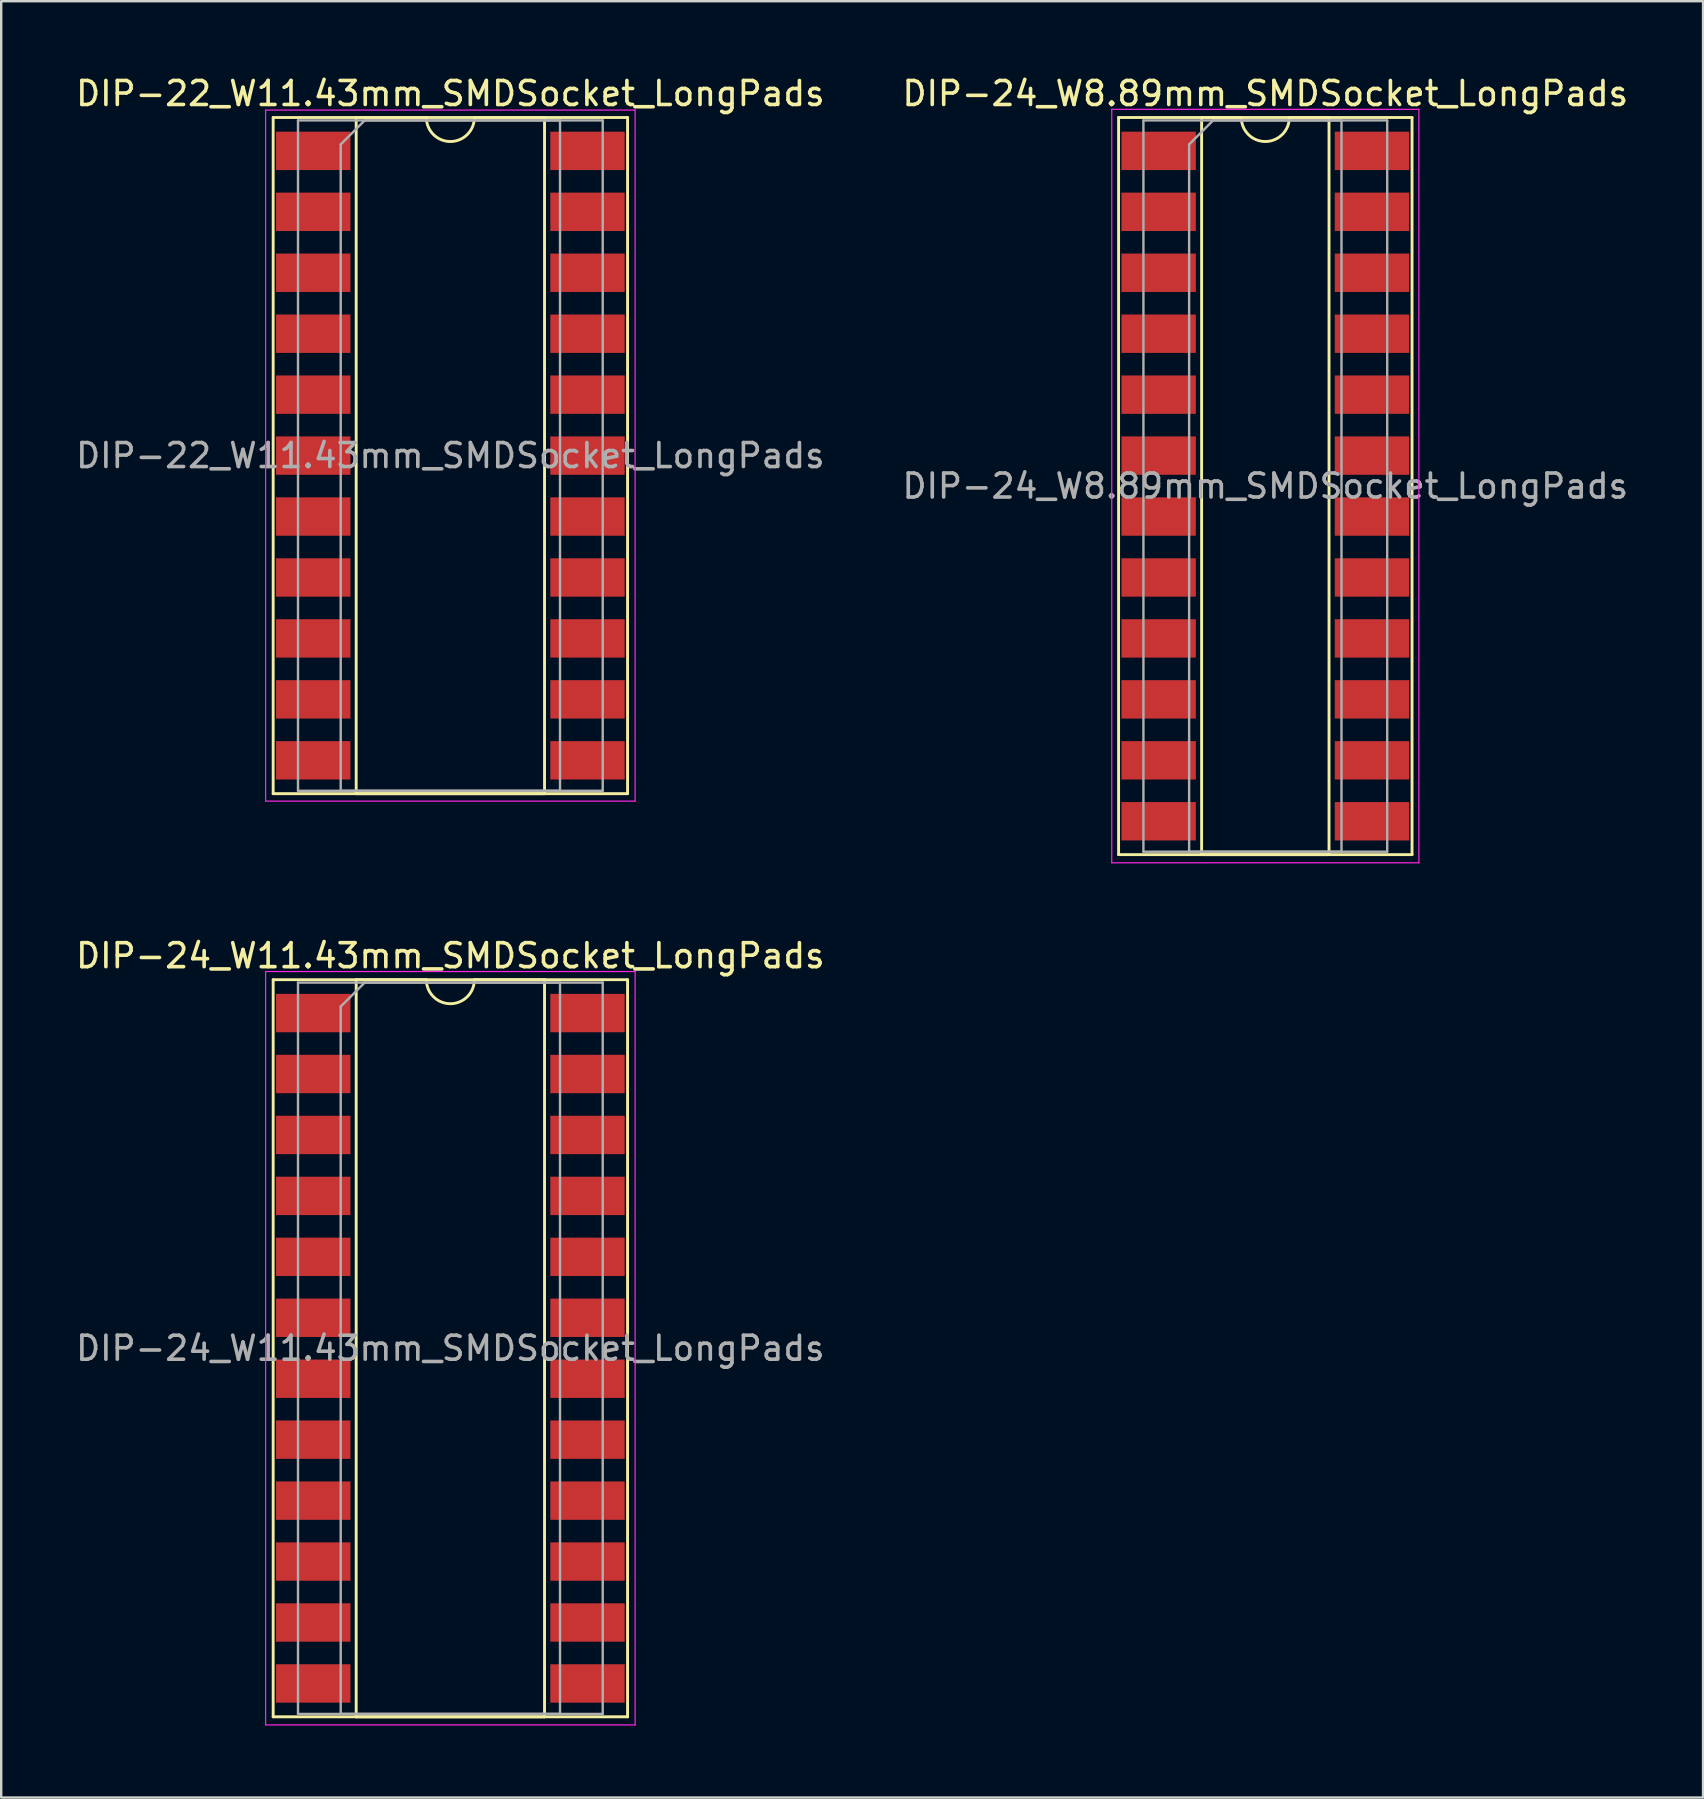
<source format=kicad_pcb>
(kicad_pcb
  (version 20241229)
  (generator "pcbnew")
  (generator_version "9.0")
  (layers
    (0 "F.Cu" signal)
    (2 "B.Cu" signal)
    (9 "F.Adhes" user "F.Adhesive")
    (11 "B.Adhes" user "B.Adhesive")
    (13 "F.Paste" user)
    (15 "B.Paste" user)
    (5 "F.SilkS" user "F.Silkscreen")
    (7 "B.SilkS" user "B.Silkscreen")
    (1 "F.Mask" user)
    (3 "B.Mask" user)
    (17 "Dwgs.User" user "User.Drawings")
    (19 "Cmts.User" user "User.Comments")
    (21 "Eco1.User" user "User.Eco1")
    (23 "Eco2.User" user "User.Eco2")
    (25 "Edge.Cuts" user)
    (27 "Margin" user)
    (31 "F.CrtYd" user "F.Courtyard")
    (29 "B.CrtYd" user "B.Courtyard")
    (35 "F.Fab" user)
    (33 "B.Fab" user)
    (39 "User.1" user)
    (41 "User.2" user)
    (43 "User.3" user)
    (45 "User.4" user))
  (footprint "DIP-24_W8.89mm_SMDSocket_LongPads"
    (layer "F.Cu")
    (at 49.685 17.208)
    (property "Reference" "DIP-24_W8.89mm_SMDSocket_LongPads" (at 0 -16.36 0) (layer "F.SilkS") (effects (font (size 1 1) (thickness 0.15))))
    (attr smd)
    (fp_line (start -6.115 -15.36) (end -6.115 15.36) (stroke (width 0.12) (type solid)) (layer "F.SilkS"))
    (fp_line (start -6.115 15.36) (end 6.115 15.36) (stroke (width 0.12) (type solid)) (layer "F.SilkS"))
    (fp_line (start -2.655 -15.36) (end -2.655 15.36) (stroke (width 0.12) (type solid)) (layer "F.SilkS"))
    (fp_line (start -2.655 15.36) (end 2.655 15.36) (stroke (width 0.12) (type solid)) (layer "F.SilkS"))
    (fp_line (start -1 -15.36) (end -2.655 -15.36) (stroke (width 0.12) (type solid)) (layer "F.SilkS"))
    (fp_line (start 2.655 -15.36) (end 1 -15.36) (stroke (width 0.12) (type solid)) (layer "F.SilkS"))
    (fp_line (start 2.655 15.36) (end 2.655 -15.36) (stroke (width 0.12) (type solid)) (layer "F.SilkS"))
    (fp_line (start 6.115 -15.36) (end -6.115 -15.36) (stroke (width 0.12) (type solid)) (layer "F.SilkS"))
    (fp_line (start 6.115 15.36) (end 6.115 -15.36) (stroke (width 0.12) (type solid)) (layer "F.SilkS"))
    (fp_arc (start 1 -15.36) (mid 0 -14.36) (end -1 -15.36) (stroke (width 0.12) (type solid)) (layer "F.SilkS"))
    (fp_line (start -6.4 -15.7) (end -6.4 15.7) (stroke (width 0.05) (type solid)) (layer "F.CrtYd"))
    (fp_line (start -6.4 15.7) (end 6.4 15.7) (stroke (width 0.05) (type solid)) (layer "F.CrtYd"))
    (fp_line (start 6.4 -15.7) (end -6.4 -15.7) (stroke (width 0.05) (type solid)) (layer "F.CrtYd"))
    (fp_line (start 6.4 15.7) (end 6.4 -15.7) (stroke (width 0.05) (type solid)) (layer "F.CrtYd"))
    (fp_line (start -5.08 -15.24) (end -5.08 15.24) (stroke (width 0.1) (type solid)) (layer "F.Fab"))
    (fp_line (start -5.08 15.24) (end 5.08 15.24) (stroke (width 0.1) (type solid)) (layer "F.Fab"))
    (fp_line (start -3.175 -14.24) (end -2.175 -15.24) (stroke (width 0.1) (type solid)) (layer "F.Fab"))
    (fp_line (start -3.175 15.24) (end -3.175 -14.24) (stroke (width 0.1) (type solid)) (layer "F.Fab"))
    (fp_line (start -2.175 -15.24) (end 3.175 -15.24) (stroke (width 0.1) (type solid)) (layer "F.Fab"))
    (fp_line (start 3.175 -15.24) (end 3.175 15.24) (stroke (width 0.1) (type solid)) (layer "F.Fab"))
    (fp_line (start 3.175 15.24) (end -3.175 15.24) (stroke (width 0.1) (type solid)) (layer "F.Fab"))
    (fp_line (start 5.08 -15.24) (end -5.08 -15.24) (stroke (width 0.1) (type solid)) (layer "F.Fab"))
    (fp_line (start 5.08 15.24) (end 5.08 -15.24) (stroke (width 0.1) (type solid)) (layer "F.Fab"))
    (fp_text user "${REFERENCE}" (at 0 0 0) (layer "F.Fab") (effects (font (size 1 1) (thickness 0.15))))
    (pad "1" smd rect (at -4.445 -13.97) (size 3.1 1.6) (layers "F.Cu" "F.Mask" "F.Paste"))
    (pad "2" smd rect (at -4.445 -11.43) (size 3.1 1.6) (layers "F.Cu" "F.Mask" "F.Paste"))
    (pad "3" smd rect (at -4.445 -8.89) (size 3.1 1.6) (layers "F.Cu" "F.Mask" "F.Paste"))
    (pad "4" smd rect (at -4.445 -6.35) (size 3.1 1.6) (layers "F.Cu" "F.Mask" "F.Paste"))
    (pad "5" smd rect (at -4.445 -3.81) (size 3.1 1.6) (layers "F.Cu" "F.Mask" "F.Paste"))
    (pad "6" smd rect (at -4.445 -1.27) (size 3.1 1.6) (layers "F.Cu" "F.Mask" "F.Paste"))
    (pad "7" smd rect (at -4.445 1.27) (size 3.1 1.6) (layers "F.Cu" "F.Mask" "F.Paste"))
    (pad "8" smd rect (at -4.445 3.81) (size 3.1 1.6) (layers "F.Cu" "F.Mask" "F.Paste"))
    (pad "9" smd rect (at -4.445 6.35) (size 3.1 1.6) (layers "F.Cu" "F.Mask" "F.Paste"))
    (pad "10" smd rect (at -4.445 8.89) (size 3.1 1.6) (layers "F.Cu" "F.Mask" "F.Paste"))
    (pad "11" smd rect (at -4.445 11.43) (size 3.1 1.6) (layers "F.Cu" "F.Mask" "F.Paste"))
    (pad "12" smd rect (at -4.445 13.97) (size 3.1 1.6) (layers "F.Cu" "F.Mask" "F.Paste"))
    (pad "13" smd rect (at 4.445 13.97) (size 3.1 1.6) (layers "F.Cu" "F.Mask" "F.Paste"))
    (pad "14" smd rect (at 4.445 11.43) (size 3.1 1.6) (layers "F.Cu" "F.Mask" "F.Paste"))
    (pad "15" smd rect (at 4.445 8.89) (size 3.1 1.6) (layers "F.Cu" "F.Mask" "F.Paste"))
    (pad "16" smd rect (at 4.445 6.35) (size 3.1 1.6) (layers "F.Cu" "F.Mask" "F.Paste"))
    (pad "17" smd rect (at 4.445 3.81) (size 3.1 1.6) (layers "F.Cu" "F.Mask" "F.Paste"))
    (pad "18" smd rect (at 4.445 1.27) (size 3.1 1.6) (layers "F.Cu" "F.Mask" "F.Paste"))
    (pad "19" smd rect (at 4.445 -1.27) (size 3.1 1.6) (layers "F.Cu" "F.Mask" "F.Paste"))
    (pad "20" smd rect (at 4.445 -3.81) (size 3.1 1.6) (layers "F.Cu" "F.Mask" "F.Paste"))
    (pad "21" smd rect (at 4.445 -6.35) (size 3.1 1.6) (layers "F.Cu" "F.Mask" "F.Paste"))
    (pad "22" smd rect (at 4.445 -8.89) (size 3.1 1.6) (layers "F.Cu" "F.Mask" "F.Paste"))
    (pad "23" smd rect (at 4.445 -11.43) (size 3.1 1.6) (layers "F.Cu" "F.Mask" "F.Paste"))
    (pad "24" smd rect (at 4.445 -13.97) (size 3.1 1.6) (layers "F.Cu" "F.Mask" "F.Paste")))
  (footprint "DIP-24_W11.43mm_SMDSocket_LongPads"
    (layer "F.Cu")
    (at 15.72 53.142)
    (property "Reference" "DIP-24_W11.43mm_SMDSocket_LongPads" (at 0 -16.36 0) (layer "F.SilkS") (effects (font (size 1 1) (thickness 0.15))))
    (attr smd)
    (fp_line (start -7.385 -15.36) (end -7.385 15.36) (stroke (width 0.12) (type solid)) (layer "F.SilkS"))
    (fp_line (start -7.385 15.36) (end 7.385 15.36) (stroke (width 0.12) (type solid)) (layer "F.SilkS"))
    (fp_line (start -3.925 -15.36) (end -3.925 15.36) (stroke (width 0.12) (type solid)) (layer "F.SilkS"))
    (fp_line (start -3.925 15.36) (end 3.925 15.36) (stroke (width 0.12) (type solid)) (layer "F.SilkS"))
    (fp_line (start -1 -15.36) (end -3.925 -15.36) (stroke (width 0.12) (type solid)) (layer "F.SilkS"))
    (fp_line (start 3.925 -15.36) (end 1 -15.36) (stroke (width 0.12) (type solid)) (layer "F.SilkS"))
    (fp_line (start 3.925 15.36) (end 3.925 -15.36) (stroke (width 0.12) (type solid)) (layer "F.SilkS"))
    (fp_line (start 7.385 -15.36) (end -7.385 -15.36) (stroke (width 0.12) (type solid)) (layer "F.SilkS"))
    (fp_line (start 7.385 15.36) (end 7.385 -15.36) (stroke (width 0.12) (type solid)) (layer "F.SilkS"))
    (fp_arc (start 1 -15.36) (mid 0 -14.36) (end -1 -15.36) (stroke (width 0.12) (type solid)) (layer "F.SilkS"))
    (fp_line (start -7.7 -15.7) (end -7.7 15.7) (stroke (width 0.05) (type solid)) (layer "F.CrtYd"))
    (fp_line (start -7.7 15.7) (end 7.7 15.7) (stroke (width 0.05) (type solid)) (layer "F.CrtYd"))
    (fp_line (start 7.7 -15.7) (end -7.7 -15.7) (stroke (width 0.05) (type solid)) (layer "F.CrtYd"))
    (fp_line (start 7.7 15.7) (end 7.7 -15.7) (stroke (width 0.05) (type solid)) (layer "F.CrtYd"))
    (fp_line (start -6.35 -15.24) (end -6.35 15.24) (stroke (width 0.1) (type solid)) (layer "F.Fab"))
    (fp_line (start -6.35 15.24) (end 6.35 15.24) (stroke (width 0.1) (type solid)) (layer "F.Fab"))
    (fp_line (start -4.57 -14.24) (end -3.57 -15.24) (stroke (width 0.1) (type solid)) (layer "F.Fab"))
    (fp_line (start -4.57 15.24) (end -4.57 -14.24) (stroke (width 0.1) (type solid)) (layer "F.Fab"))
    (fp_line (start -3.57 -15.24) (end 4.57 -15.24) (stroke (width 0.1) (type solid)) (layer "F.Fab"))
    (fp_line (start 4.57 -15.24) (end 4.57 15.24) (stroke (width 0.1) (type solid)) (layer "F.Fab"))
    (fp_line (start 4.57 15.24) (end -4.57 15.24) (stroke (width 0.1) (type solid)) (layer "F.Fab"))
    (fp_line (start 6.35 -15.24) (end -6.35 -15.24) (stroke (width 0.1) (type solid)) (layer "F.Fab"))
    (fp_line (start 6.35 15.24) (end 6.35 -15.24) (stroke (width 0.1) (type solid)) (layer "F.Fab"))
    (fp_text user "${REFERENCE}" (at 0 0 0) (layer "F.Fab") (effects (font (size 1 1) (thickness 0.15))))
    (pad "1" smd rect (at -5.715 -13.97) (size 3.1 1.6) (layers "F.Cu" "F.Mask" "F.Paste"))
    (pad "2" smd rect (at -5.715 -11.43) (size 3.1 1.6) (layers "F.Cu" "F.Mask" "F.Paste"))
    (pad "3" smd rect (at -5.715 -8.89) (size 3.1 1.6) (layers "F.Cu" "F.Mask" "F.Paste"))
    (pad "4" smd rect (at -5.715 -6.35) (size 3.1 1.6) (layers "F.Cu" "F.Mask" "F.Paste"))
    (pad "5" smd rect (at -5.715 -3.81) (size 3.1 1.6) (layers "F.Cu" "F.Mask" "F.Paste"))
    (pad "6" smd rect (at -5.715 -1.27) (size 3.1 1.6) (layers "F.Cu" "F.Mask" "F.Paste"))
    (pad "7" smd rect (at -5.715 1.27) (size 3.1 1.6) (layers "F.Cu" "F.Mask" "F.Paste"))
    (pad "8" smd rect (at -5.715 3.81) (size 3.1 1.6) (layers "F.Cu" "F.Mask" "F.Paste"))
    (pad "9" smd rect (at -5.715 6.35) (size 3.1 1.6) (layers "F.Cu" "F.Mask" "F.Paste"))
    (pad "10" smd rect (at -5.715 8.89) (size 3.1 1.6) (layers "F.Cu" "F.Mask" "F.Paste"))
    (pad "11" smd rect (at -5.715 11.43) (size 3.1 1.6) (layers "F.Cu" "F.Mask" "F.Paste"))
    (pad "12" smd rect (at -5.715 13.97) (size 3.1 1.6) (layers "F.Cu" "F.Mask" "F.Paste"))
    (pad "13" smd rect (at 5.715 13.97) (size 3.1 1.6) (layers "F.Cu" "F.Mask" "F.Paste"))
    (pad "14" smd rect (at 5.715 11.43) (size 3.1 1.6) (layers "F.Cu" "F.Mask" "F.Paste"))
    (pad "15" smd rect (at 5.715 8.89) (size 3.1 1.6) (layers "F.Cu" "F.Mask" "F.Paste"))
    (pad "16" smd rect (at 5.715 6.35) (size 3.1 1.6) (layers "F.Cu" "F.Mask" "F.Paste"))
    (pad "17" smd rect (at 5.715 3.81) (size 3.1 1.6) (layers "F.Cu" "F.Mask" "F.Paste"))
    (pad "18" smd rect (at 5.715 1.27) (size 3.1 1.6) (layers "F.Cu" "F.Mask" "F.Paste"))
    (pad "19" smd rect (at 5.715 -1.27) (size 3.1 1.6) (layers "F.Cu" "F.Mask" "F.Paste"))
    (pad "20" smd rect (at 5.715 -3.81) (size 3.1 1.6) (layers "F.Cu" "F.Mask" "F.Paste"))
    (pad "21" smd rect (at 5.715 -6.35) (size 3.1 1.6) (layers "F.Cu" "F.Mask" "F.Paste"))
    (pad "22" smd rect (at 5.715 -8.89) (size 3.1 1.6) (layers "F.Cu" "F.Mask" "F.Paste"))
    (pad "23" smd rect (at 5.715 -11.43) (size 3.1 1.6) (layers "F.Cu" "F.Mask" "F.Paste"))
    (pad "24" smd rect (at 5.715 -13.97) (size 3.1 1.6) (layers "F.Cu" "F.Mask" "F.Paste")))
  (footprint "DIP-22_W11.43mm_SMDSocket_LongPads"
    (layer "F.Cu")
    (at 15.72 15.938)
    (property "Reference" "DIP-22_W11.43mm_SMDSocket_LongPads" (at 0 -15.09 0) (layer "F.SilkS") (effects (font (size 1 1) (thickness 0.15))))
    (attr smd)
    (fp_line (start -7.385 -14.09) (end -7.385 14.09) (stroke (width 0.12) (type solid)) (layer "F.SilkS"))
    (fp_line (start -7.385 14.09) (end 7.385 14.09) (stroke (width 0.12) (type solid)) (layer "F.SilkS"))
    (fp_line (start -3.925 -14.09) (end -3.925 14.09) (stroke (width 0.12) (type solid)) (layer "F.SilkS"))
    (fp_line (start -3.925 14.09) (end 3.925 14.09) (stroke (width 0.12) (type solid)) (layer "F.SilkS"))
    (fp_line (start -1 -14.09) (end -3.925 -14.09) (stroke (width 0.12) (type solid)) (layer "F.SilkS"))
    (fp_line (start 3.925 -14.09) (end 1 -14.09) (stroke (width 0.12) (type solid)) (layer "F.SilkS"))
    (fp_line (start 3.925 14.09) (end 3.925 -14.09) (stroke (width 0.12) (type solid)) (layer "F.SilkS"))
    (fp_line (start 7.385 -14.09) (end -7.385 -14.09) (stroke (width 0.12) (type solid)) (layer "F.SilkS"))
    (fp_line (start 7.385 14.09) (end 7.385 -14.09) (stroke (width 0.12) (type solid)) (layer "F.SilkS"))
    (fp_arc (start 1 -14.09) (mid 0 -13.09) (end -1 -14.09) (stroke (width 0.12) (type solid)) (layer "F.SilkS"))
    (fp_line (start -7.7 -14.4) (end -7.7 14.4) (stroke (width 0.05) (type solid)) (layer "F.CrtYd"))
    (fp_line (start -7.7 14.4) (end 7.7 14.4) (stroke (width 0.05) (type solid)) (layer "F.CrtYd"))
    (fp_line (start 7.7 -14.4) (end -7.7 -14.4) (stroke (width 0.05) (type solid)) (layer "F.CrtYd"))
    (fp_line (start 7.7 14.4) (end 7.7 -14.4) (stroke (width 0.05) (type solid)) (layer "F.CrtYd"))
    (fp_line (start -6.35 -13.97) (end -6.35 13.97) (stroke (width 0.1) (type solid)) (layer "F.Fab"))
    (fp_line (start -6.35 13.97) (end 6.35 13.97) (stroke (width 0.1) (type solid)) (layer "F.Fab"))
    (fp_line (start -4.57 -12.97) (end -3.57 -13.97) (stroke (width 0.1) (type solid)) (layer "F.Fab"))
    (fp_line (start -4.57 13.97) (end -4.57 -12.97) (stroke (width 0.1) (type solid)) (layer "F.Fab"))
    (fp_line (start -3.57 -13.97) (end 4.57 -13.97) (stroke (width 0.1) (type solid)) (layer "F.Fab"))
    (fp_line (start 4.57 -13.97) (end 4.57 13.97) (stroke (width 0.1) (type solid)) (layer "F.Fab"))
    (fp_line (start 4.57 13.97) (end -4.57 13.97) (stroke (width 0.1) (type solid)) (layer "F.Fab"))
    (fp_line (start 6.35 -13.97) (end -6.35 -13.97) (stroke (width 0.1) (type solid)) (layer "F.Fab"))
    (fp_line (start 6.35 13.97) (end 6.35 -13.97) (stroke (width 0.1) (type solid)) (layer "F.Fab"))
    (fp_text user "${REFERENCE}" (at 0 0 0) (layer "F.Fab") (effects (font (size 1 1) (thickness 0.15))))
    (pad "1" smd rect (at -5.715 -12.7) (size 3.1 1.6) (layers "F.Cu" "F.Mask" "F.Paste"))
    (pad "2" smd rect (at -5.715 -10.16) (size 3.1 1.6) (layers "F.Cu" "F.Mask" "F.Paste"))
    (pad "3" smd rect (at -5.715 -7.62) (size 3.1 1.6) (layers "F.Cu" "F.Mask" "F.Paste"))
    (pad "4" smd rect (at -5.715 -5.08) (size 3.1 1.6) (layers "F.Cu" "F.Mask" "F.Paste"))
    (pad "5" smd rect (at -5.715 -2.54) (size 3.1 1.6) (layers "F.Cu" "F.Mask" "F.Paste"))
    (pad "6" smd rect (at -5.715 0) (size 3.1 1.6) (layers "F.Cu" "F.Mask" "F.Paste"))
    (pad "7" smd rect (at -5.715 2.54) (size 3.1 1.6) (layers "F.Cu" "F.Mask" "F.Paste"))
    (pad "8" smd rect (at -5.715 5.08) (size 3.1 1.6) (layers "F.Cu" "F.Mask" "F.Paste"))
    (pad "9" smd rect (at -5.715 7.62) (size 3.1 1.6) (layers "F.Cu" "F.Mask" "F.Paste"))
    (pad "10" smd rect (at -5.715 10.16) (size 3.1 1.6) (layers "F.Cu" "F.Mask" "F.Paste"))
    (pad "11" smd rect (at -5.715 12.7) (size 3.1 1.6) (layers "F.Cu" "F.Mask" "F.Paste"))
    (pad "12" smd rect (at 5.715 12.7) (size 3.1 1.6) (layers "F.Cu" "F.Mask" "F.Paste"))
    (pad "13" smd rect (at 5.715 10.16) (size 3.1 1.6) (layers "F.Cu" "F.Mask" "F.Paste"))
    (pad "14" smd rect (at 5.715 7.62) (size 3.1 1.6) (layers "F.Cu" "F.Mask" "F.Paste"))
    (pad "15" smd rect (at 5.715 5.08) (size 3.1 1.6) (layers "F.Cu" "F.Mask" "F.Paste"))
    (pad "16" smd rect (at 5.715 2.54) (size 3.1 1.6) (layers "F.Cu" "F.Mask" "F.Paste"))
    (pad "17" smd rect (at 5.715 0) (size 3.1 1.6) (layers "F.Cu" "F.Mask" "F.Paste"))
    (pad "18" smd rect (at 5.715 -2.54) (size 3.1 1.6) (layers "F.Cu" "F.Mask" "F.Paste"))
    (pad "19" smd rect (at 5.715 -5.08) (size 3.1 1.6) (layers "F.Cu" "F.Mask" "F.Paste"))
    (pad "20" smd rect (at 5.715 -7.62) (size 3.1 1.6) (layers "F.Cu" "F.Mask" "F.Paste"))
    (pad "21" smd rect (at 5.715 -10.16) (size 3.1 1.6) (layers "F.Cu" "F.Mask" "F.Paste"))
    (pad "22" smd rect (at 5.715 -12.7) (size 3.1 1.6) (layers "F.Cu" "F.Mask" "F.Paste")))
  (gr_rect
    (start -3 -3)
    (end 67.929 71.867)
    (stroke (width 0.1) (type default))
    (fill no)
    (layer "Edge.Cuts")))
</source>
